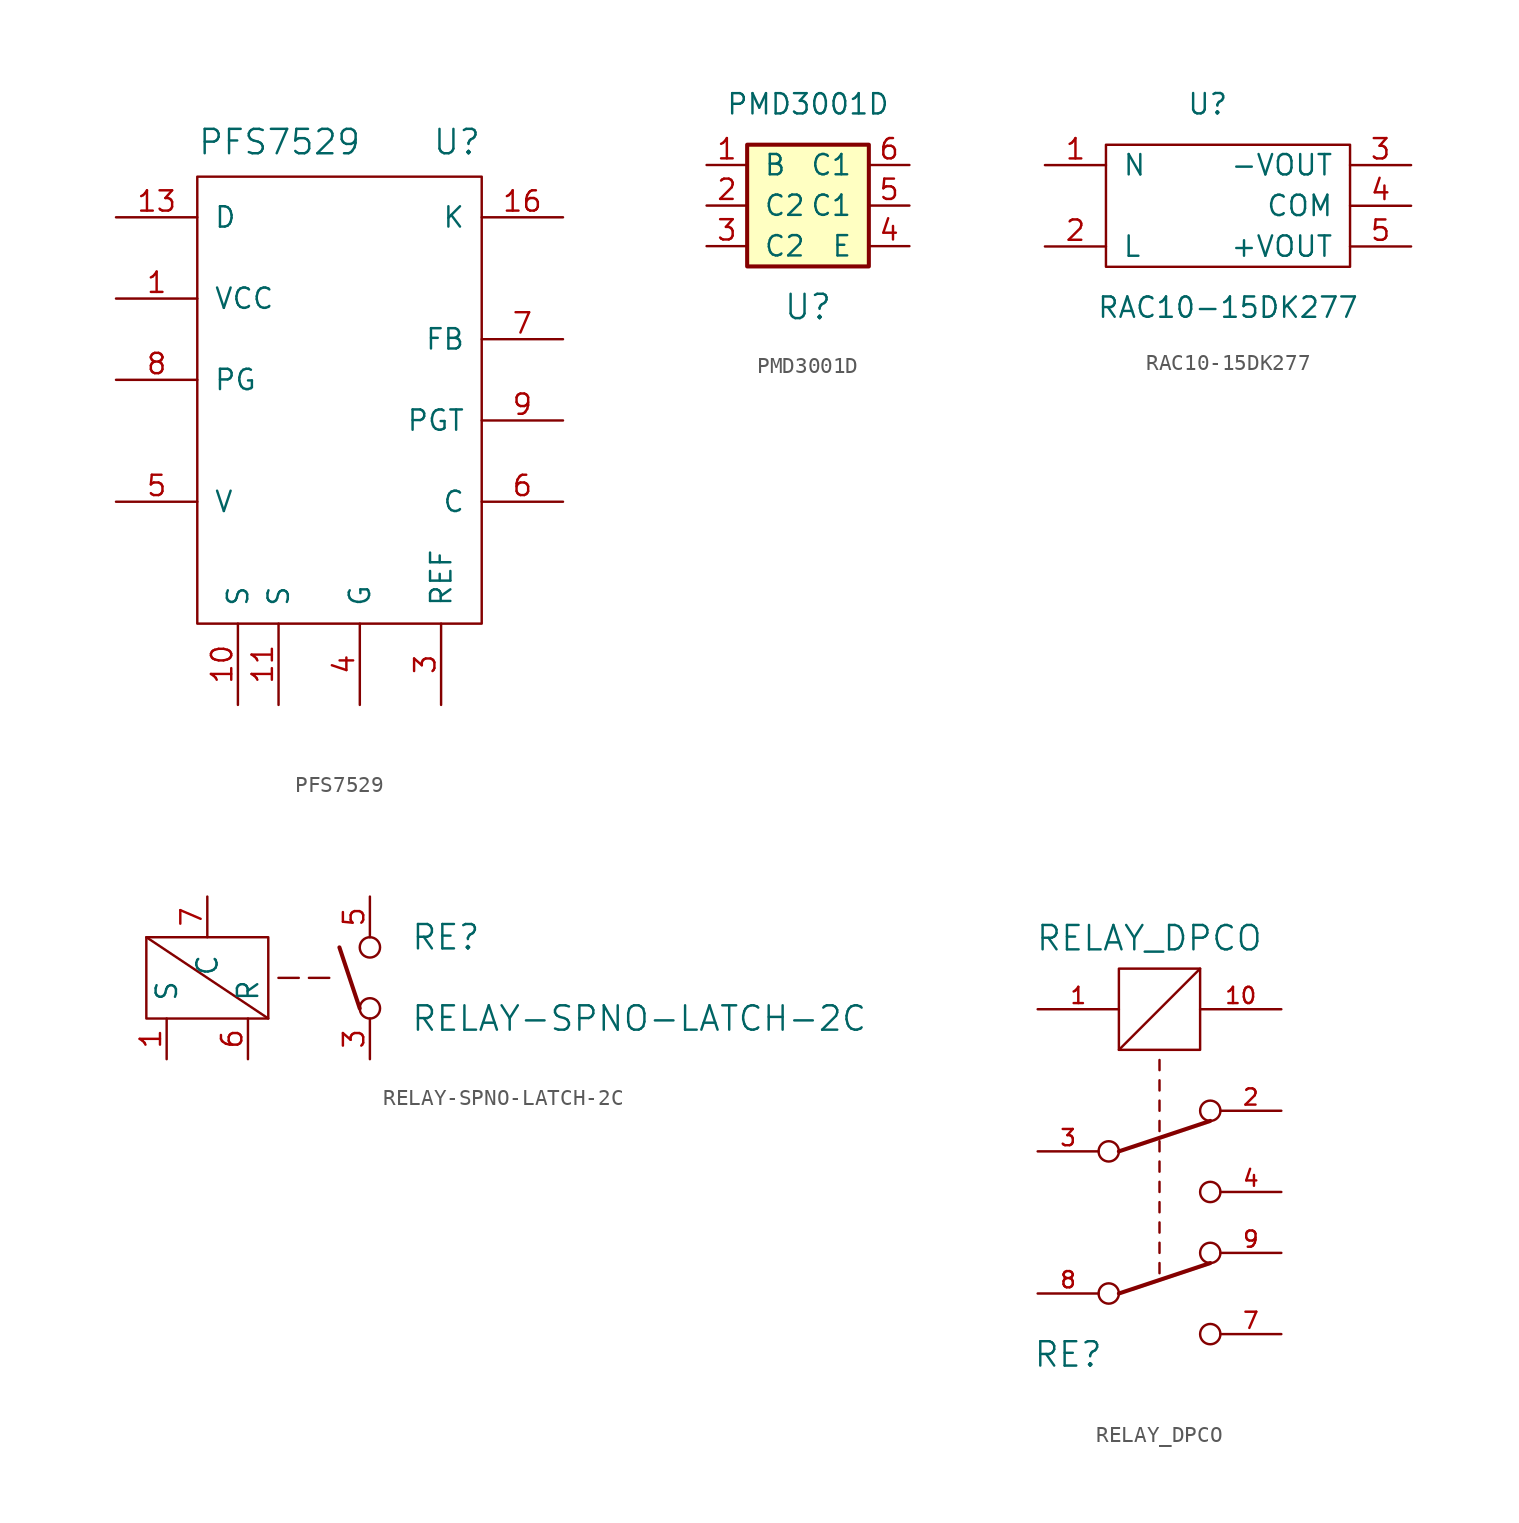
<source format=kicad_sym>
(kicad_symbol_lib
  (version 20211014)
  (generator kicad_symbol_editor)
  (symbol "PFS7529"
    (pin_names
      (offset 1.016))
    (property "Reference" "U"
      (at 8.89 15.24 0)
      (effects (font (size 1.524 1.524)) (justify right bottom)))
    (property "Value" "PFS7529"
      (at -8.89 15.24 0)
      (effects (font (size 1.524 1.524)) (justify left bottom)))
    (symbol "PFS7529_0_1"
      (rectangle (start -8.89 13.97) (end 8.89 -13.97) (stroke (width 0) (type default) (color 0 0 0 0)) (fill (type none))))
    (symbol "PFS7529_1_1"
      (pin power_in line (at -13.97 6.35 0) (length 5.08) (name "VCC" (effects (font (size 1.27 1.27)))) (number "1" (effects (font (size 1.27 1.27)))))
      (pin power_out line (at -6.35 -19.05 90) (length 5.08) (name "S" (effects (font (size 1.27 1.27)))) (number "10" (effects (font (size 1.27 1.27)))))
      (pin power_out line (at -3.81 -19.05 90) (length 5.08) (name "S" (effects (font (size 1.27 1.27)))) (number "11" (effects (font (size 1.27 1.27)))))
      (pin power_in line (at -13.97 11.43 0) (length 5.08) (name "D" (effects (font (size 1.27 1.27)))) (number "13" (effects (font (size 1.27 1.27)))))
      (pin no_connect line (at -13.97 -8.89 0) (length 5.08) hide (name "NC" (effects (font (size 1.27 1.27)))) (number "14" (effects (font (size 1.27 1.27)))))
      (pin power_out line (at 13.97 11.43 180) (length 5.08) (name "K" (effects (font (size 1.27 1.27)))) (number "16" (effects (font (size 1.27 1.27)))))
      (pin output line (at 6.35 -19.05 90) (length 5.08) (name "REF" (effects (font (size 1.27 1.27)))) (number "3" (effects (font (size 1.27 1.27)))))
      (pin power_out line (at 1.27 -19.05 90) (length 5.08) (name "G" (effects (font (size 1.27 1.27)))) (number "4" (effects (font (size 1.27 1.27)))))
      (pin input line (at -13.97 -6.35 0) (length 5.08) (name "V" (effects (font (size 1.27 1.27)))) (number "5" (effects (font (size 1.27 1.27)))))
      (pin output line (at 13.97 -6.35 180) (length 5.08) (name "C" (effects (font (size 1.27 1.27)))) (number "6" (effects (font (size 1.27 1.27)))))
      (pin input line (at 13.97 3.81 180) (length 5.08) (name "FB" (effects (font (size 1.27 1.27)))) (number "7" (effects (font (size 1.27 1.27)))))
      (pin output line (at -13.97 1.27 0) (length 5.08) (name "PG" (effects (font (size 1.27 1.27)))) (number "8" (effects (font (size 1.27 1.27)))))
      (pin input line (at 13.97 -1.27 180) (length 5.08) (name "PGT" (effects (font (size 1.27 1.27)))) (number "9" (effects (font (size 1.27 1.27)))))))
  (symbol "PMD3001D"
    (pin_names
      (offset 1.016))
    (property "Reference" "U"
      (at 0 -6.35 0)
      (effects (font (size 1.524 1.524))))
    (property "Value" "PMD3001D"
      (at 0 6.35 0)
      (effects (font (size 1.27 1.27))))
    (symbol "PMD3001D_0_1"
      (rectangle (start -3.81 3.81) (end 3.81 -3.81) (stroke (width 0.254) (type default) (color 0 0 0 0)) (fill (type background))))
    (symbol "PMD3001D_1_1"
      (pin input line (at -6.35 2.54 0) (length 2.54) (name "B" (effects (font (size 1.27 1.27)))) (number "1" (effects (font (size 1.27 1.27)))))
      (pin power_out line (at -6.35 0 0) (length 2.54) (name "C2" (effects (font (size 1.27 1.27)))) (number "2" (effects (font (size 1.27 1.27)))))
      (pin power_out line (at -6.35 -2.54 0) (length 2.54) (name "C2" (effects (font (size 1.27 1.27)))) (number "3" (effects (font (size 1.27 1.27)))))
      (pin output line (at 6.35 -2.54 180) (length 2.54) (name "E" (effects (font (size 1.27 1.27)))) (number "4" (effects (font (size 1.27 1.27)))))
      (pin power_in line (at 6.35 0 180) (length 2.54) (name "C1" (effects (font (size 1.27 1.27)))) (number "5" (effects (font (size 1.27 1.27)))))
      (pin power_in line (at 6.35 2.54 180) (length 2.54) (name "C1" (effects (font (size 1.27 1.27)))) (number "6" (effects (font (size 1.27 1.27)))))))
  (symbol "RAC10-15DK277"
    (pin_names
      (offset 1.016))
    (property "Reference" "U"
      (at 0 6.35 0)
      (effects (font (size 1.27 1.27))))
    (property "Value" "RAC10-15DK277"
      (at 1.27 -6.35 0)
      (effects (font (size 1.27 1.27))))
    (symbol "RAC10-15DK277_0_1"
      (rectangle (start -6.35 3.81) (end 8.89 -3.81) (stroke (width 0) (type default) (color 0 0 0 0)) (fill (type none))))
    (symbol "RAC10-15DK277_1_1"
      (pin power_in line (at -10.16 2.54 0) (length 3.81) (name "N" (effects (font (size 1.27 1.27)))) (number "1" (effects (font (size 1.27 1.27)))))
      (pin power_in line (at -10.16 -2.54 0) (length 3.81) (name "L" (effects (font (size 1.27 1.27)))) (number "2" (effects (font (size 1.27 1.27)))))
      (pin power_out line (at 12.7 2.54 180) (length 3.81) (name "-VOUT" (effects (font (size 1.27 1.27)))) (number "3" (effects (font (size 1.27 1.27)))))
      (pin power_out line (at 12.7 0 180) (length 3.81) (name "COM" (effects (font (size 1.27 1.27)))) (number "4" (effects (font (size 1.27 1.27)))))
      (pin power_out line (at 12.7 -2.54 180) (length 3.81) (name "+VOUT" (effects (font (size 1.27 1.27)))) (number "5" (effects (font (size 1.27 1.27)))))))
  (symbol "RELAY-SPNO-LATCH-2C"
    (pin_names
      (offset 1.016))
    (property "Reference" "RE"
      (at 8.89 2.54 0)
      (effects (font (size 1.524 1.524)) (justify left)))
    (property "Value" "RELAY-SPNO-LATCH-2C"
      (at 8.89 -2.54 0)
      (effects (font (size 1.524 1.524)) (justify left)))
    (property "Footprint" ""
      (at 11.43 1.27 0)
      (effects (font (size 1.524 1.524))))
    (property "Datasheet" ""
      (at 11.43 1.27 0)
      (effects (font (size 1.524 1.524))))
    (symbol "RELAY-SPNO-LATCH-2C_0_1"
      (rectangle (start -7.62 2.54) (end 0 -2.54) (stroke (width 0) (type default) (color 0 0 0 0)) (fill (type none)))
      (polyline (pts (xy -7.62 2.54) (xy 0 -2.54)) (stroke (width 0) (type default) (color 0 0 0 0)) (fill (type none)))
      (polyline (pts (xy 0.635 0) (xy 1.905 0)) (stroke (width 0) (type default) (color 0 0 0 0)) (fill (type none)))
      (polyline (pts (xy 2.54 0) (xy 3.81 0)) (stroke (width 0) (type default) (color 0 0 0 0)) (fill (type none)))
      (polyline (pts (xy 5.715 -1.905) (xy 4.445 1.905)) (stroke (width 0.254) (type default) (color 0 0 0 0)) (fill (type none)))
      (circle (center 6.35 -1.905) (radius 0.635) (stroke (width 0) (type default) (color 0 0 0 0)) (fill (type none)))
      (circle (center 6.35 1.905) (radius 0.635) (stroke (width 0) (type default) (color 0 0 0 0)) (fill (type none))))
    (symbol "RELAY-SPNO-LATCH-2C_1_1"
      (pin passive line (at -6.35 -5.08 90) (length 2.54) (name "S" (effects (font (size 1.27 1.27)))) (number "1" (effects (font (size 1.27 1.27)))))
      (pin passive line (at 6.35 -5.08 90) (length 2.54) (name "~" (effects (font (size 1.27 1.27)))) (number "3" (effects (font (size 1.27 1.27)))))
      (pin passive line (at 6.35 5.08 270) (length 2.54) (name "~" (effects (font (size 1.27 1.27)))) (number "5" (effects (font (size 1.27 1.27)))))
      (pin passive line (at -1.27 -5.08 90) (length 2.54) (name "R" (effects (font (size 1.27 1.27)))) (number "6" (effects (font (size 1.27 1.27)))))
      (pin passive line (at -3.81 5.08 270) (length 2.54) (name "C" (effects (font (size 1.27 1.27)))) (number "7" (effects (font (size 1.27 1.27)))))))
  (symbol "RELAY_DPCO"
    (pin_names
      (offset 1.016) hide)
    (property "Reference" "RE"
      (at -5.715 -12.7 0)
      (effects (font (size 1.524 1.524))))
    (property "Value" "RELAY_DPCO"
      (at -0.635 13.335 0)
      (effects (font (size 1.524 1.524))))
    (property "Footprint" ""
      (at 0 0 0)
      (effects (font (size 1.524 1.524))))
    (property "Datasheet" ""
      (at 0 0 0)
      (effects (font (size 1.524 1.524))))
    (symbol "RELAY_DPCO_0_1"
      (circle (center -3.175 -8.89) (radius 0.635) (stroke (width 0) (type default) (color 0 0 0 0)) (fill (type none)))
      (circle (center -3.175 0) (radius 0.635) (stroke (width 0) (type default) (color 0 0 0 0)) (fill (type none)))
      (rectangle (start -2.54 11.43) (end 2.54 6.35) (stroke (width 0) (type default) (color 0 0 0 0)) (fill (type none)))
      (polyline (pts (xy -2.54 6.35) (xy 2.54 11.43)) (stroke (width 0) (type default) (color 0 0 0 0)) (fill (type none)))
      (polyline (pts (xy 0 -6.985) (xy 0 -7.62)) (stroke (width 0) (type default) (color 0 0 0 0)) (fill (type none)))
      (polyline (pts (xy 0 -5.715) (xy 0 -6.35)) (stroke (width 0) (type default) (color 0 0 0 0)) (fill (type none)))
      (polyline (pts (xy 0 -4.445) (xy 0 -5.08)) (stroke (width 0) (type default) (color 0 0 0 0)) (fill (type none)))
      (polyline (pts (xy 0 -3.175) (xy 0 -3.81)) (stroke (width 0) (type default) (color 0 0 0 0)) (fill (type none)))
      (polyline (pts (xy 0 -1.905) (xy 0 -2.54)) (stroke (width 0) (type default) (color 0 0 0 0)) (fill (type none)))
      (polyline (pts (xy 0 -0.635) (xy 0 -1.27)) (stroke (width 0) (type default) (color 0 0 0 0)) (fill (type none)))
      (polyline (pts (xy 0 0.635) (xy 0 0)) (stroke (width 0) (type default) (color 0 0 0 0)) (fill (type none)))
      (polyline (pts (xy 0 1.905) (xy 0 1.27)) (stroke (width 0) (type default) (color 0 0 0 0)) (fill (type none)))
      (polyline (pts (xy 0 3.175) (xy 0 2.54)) (stroke (width 0) (type default) (color 0 0 0 0)) (fill (type none)))
      (polyline (pts (xy 0 4.445) (xy 0 3.81)) (stroke (width 0) (type default) (color 0 0 0 0)) (fill (type none)))
      (polyline (pts (xy 0 5.715) (xy 0 5.08)) (stroke (width 0) (type default) (color 0 0 0 0)) (fill (type none)))
      (polyline (pts (xy 3.175 -6.985) (xy -2.54 -8.89)) (stroke (width 0.254) (type default) (color 0 0 0 0)) (fill (type none)))
      (polyline (pts (xy 3.175 1.905) (xy -2.54 0)) (stroke (width 0.254) (type default) (color 0 0 0 0)) (fill (type none)))
      (circle (center 3.175 -11.43) (radius 0.635) (stroke (width 0) (type default) (color 0 0 0 0)) (fill (type none)))
      (circle (center 3.175 -6.35) (radius 0.635) (stroke (width 0) (type default) (color 0 0 0 0)) (fill (type none)))
      (circle (center 3.175 -2.54) (radius 0.635) (stroke (width 0) (type default) (color 0 0 0 0)) (fill (type none)))
      (circle (center 3.175 2.54) (radius 0.635) (stroke (width 0) (type default) (color 0 0 0 0)) (fill (type none))))
    (symbol "RELAY_DPCO_1_1"
      (pin power_in line (at -7.62 8.89 0) (length 5.08) (name "C1" (effects (font (size 1.016 1.016)))) (number "1" (effects (font (size 1.016 1.016)))))
      (pin power_in line (at 7.62 8.89 180) (length 5.08) (name "C2" (effects (font (size 1.016 1.016)))) (number "10" (effects (font (size 1.016 1.016)))))
      (pin power_in line (at 7.62 2.54 180) (length 3.81) (name "1NC" (effects (font (size 1.016 1.016)))) (number "2" (effects (font (size 1.016 1.016)))))
      (pin power_in line (at -7.62 0 0) (length 3.81) (name "1C" (effects (font (size 1.016 1.016)))) (number "3" (effects (font (size 1.016 1.016)))))
      (pin power_in line (at 7.62 -2.54 180) (length 3.81) (name "1NO" (effects (font (size 1.016 1.016)))) (number "4" (effects (font (size 1.016 1.016)))))
      (pin power_in line (at -7.62 -2.54 0) (length 3.81) hide (name "NC" (effects (font (size 1.016 1.016)))) (number "5" (effects (font (size 1.016 1.016)))))
      (pin power_in line (at -7.62 -6.35 0) (length 3.81) hide (name "NC" (effects (font (size 1.016 1.016)))) (number "6" (effects (font (size 1.016 1.016)))))
      (pin power_in line (at 7.62 -11.43 180) (length 3.81) (name "2NO" (effects (font (size 1.016 1.016)))) (number "7" (effects (font (size 1.016 1.016)))))
      (pin power_in line (at -7.62 -8.89 0) (length 3.81) (name "2C" (effects (font (size 1.016 1.016)))) (number "8" (effects (font (size 1.016 1.016)))))
      (pin power_in line (at 7.62 -6.35 180) (length 3.81) (name "2NC" (effects (font (size 1.016 1.016)))) (number "9" (effects (font (size 1.016 1.016))))))))
</source>
